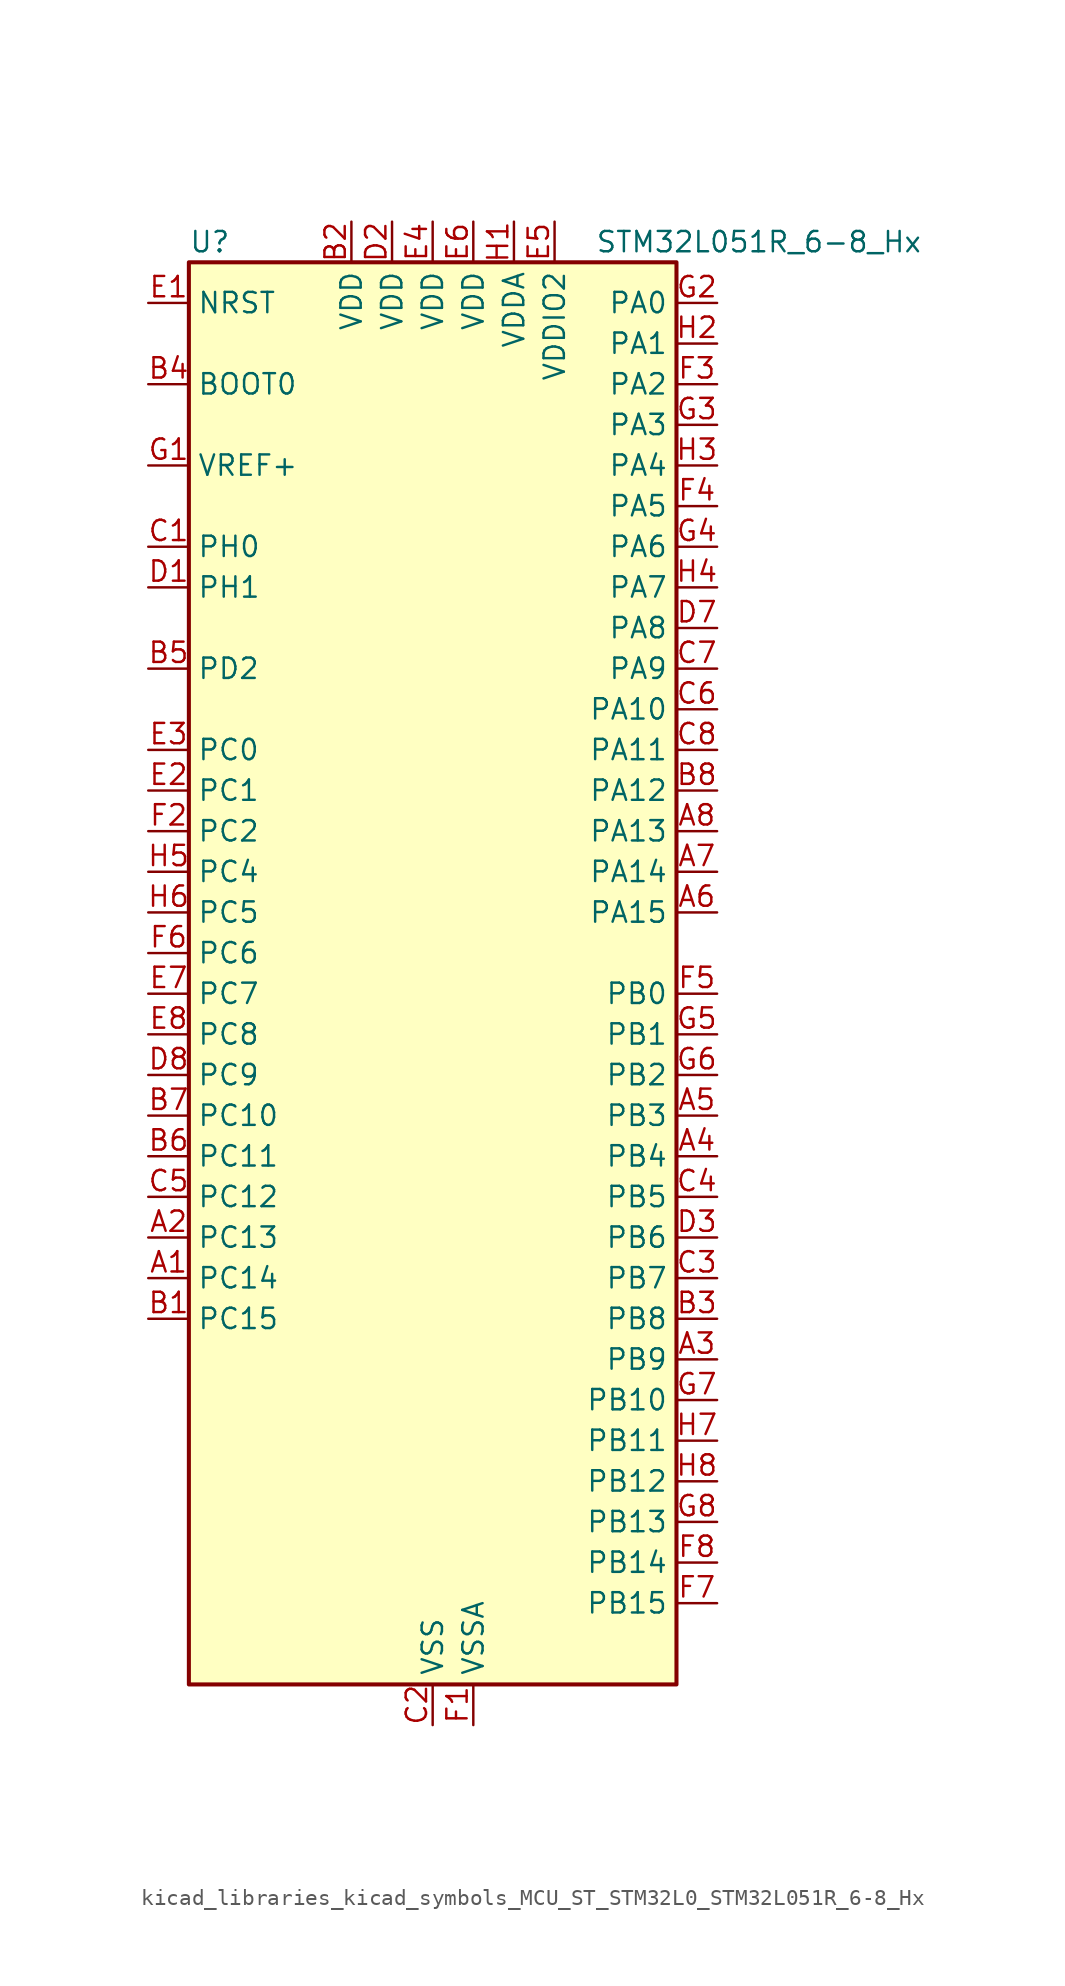
<source format=kicad_sym>
(kicad_symbol_lib
  (version 20220914)
  (generator kicad_symbol_editor)
  (symbol "kicad_libraries_kicad_symbols_MCU_ST_STM32L0_STM32L051R_6-8_Hx"
    (property "Reference" "U"
      (at -15.24 46.99 0)
      (effects (font (size 1.27 1.27)) (justify left)))
    (property "Value" "STM32L051R_6-8_Hx"
      (at 10.16 46.99 0)
      (effects (font (size 1.27 1.27)) (justify left)))
    (property "ki_locked" ""
      (at 0 0 0)
      (effects (font (size 1.27 1.27))))
    (symbol "kicad_libraries_kicad_symbols_MCU_ST_STM32L0_STM32L051R_6-8_Hx_0_1"
      (rectangle (start -15.24 -43.18) (end 15.24 45.72) (stroke (width 0.254) (type default)) (fill (type background))))
    (symbol "kicad_libraries_kicad_symbols_MCU_ST_STM32L0_STM32L051R_6-8_Hx_1_1"
      (pin bidirectional line (at -17.78 -17.78 0) (length 2.54) (name "PC14" (effects (font (size 1.27 1.27)))) (number "A1" (effects (font (size 1.27 1.27)))) (alternate "RCC_OSC32_IN" bidirectional line))
      (pin bidirectional line (at -17.78 -15.24 0) (length 2.54) (name "PC13" (effects (font (size 1.27 1.27)))) (number "A2" (effects (font (size 1.27 1.27)))) (alternate "RTC_OUT_ALARM" bidirectional line) (alternate "RTC_OUT_CALIB" bidirectional line) (alternate "RTC_TAMP1" bidirectional line) (alternate "RTC_TS" bidirectional line) (alternate "SYS_WKUP2" bidirectional line))
      (pin bidirectional line (at 17.78 -22.86 180) (length 2.54) (name "PB9" (effects (font (size 1.27 1.27)))) (number "A3" (effects (font (size 1.27 1.27)))) (alternate "I2C1_SDA" bidirectional line) (alternate "I2S2_WS" bidirectional line) (alternate "SPI2_NSS" bidirectional line))
      (pin bidirectional line (at 17.78 -10.16 180) (length 2.54) (name "PB4" (effects (font (size 1.27 1.27)))) (number "A4" (effects (font (size 1.27 1.27)))) (alternate "COMP2_INP" bidirectional line) (alternate "SPI1_MISO" bidirectional line) (alternate "TIM22_CH1" bidirectional line))
      (pin bidirectional line (at 17.78 -7.62 180) (length 2.54) (name "PB3" (effects (font (size 1.27 1.27)))) (number "A5" (effects (font (size 1.27 1.27)))) (alternate "COMP2_INM" bidirectional line) (alternate "SPI1_SCK" bidirectional line) (alternate "TIM2_CH2" bidirectional line))
      (pin bidirectional line (at 17.78 5.08 180) (length 2.54) (name "PA15" (effects (font (size 1.27 1.27)))) (number "A6" (effects (font (size 1.27 1.27)))) (alternate "SPI1_NSS" bidirectional line) (alternate "TIM2_CH1" bidirectional line) (alternate "TIM2_ETR" bidirectional line) (alternate "USART2_RX" bidirectional line))
      (pin bidirectional line (at 17.78 7.62 180) (length 2.54) (name "PA14" (effects (font (size 1.27 1.27)))) (number "A7" (effects (font (size 1.27 1.27)))) (alternate "SYS_SWCLK" bidirectional line) (alternate "USART2_TX" bidirectional line))
      (pin bidirectional line (at 17.78 10.16 180) (length 2.54) (name "PA13" (effects (font (size 1.27 1.27)))) (number "A8" (effects (font (size 1.27 1.27)))) (alternate "SYS_SWDIO" bidirectional line))
      (pin bidirectional line (at -17.78 -20.32 0) (length 2.54) (name "PC15" (effects (font (size 1.27 1.27)))) (number "B1" (effects (font (size 1.27 1.27)))) (alternate "RCC_OSC32_OUT" bidirectional line))
      (pin power_in line (at -5.08 48.26 270) (length 2.54) (name "VDD" (effects (font (size 1.27 1.27)))) (number "B2" (effects (font (size 1.27 1.27)))))
      (pin bidirectional line (at 17.78 -20.32 180) (length 2.54) (name "PB8" (effects (font (size 1.27 1.27)))) (number "B3" (effects (font (size 1.27 1.27)))) (alternate "I2C1_SCL" bidirectional line))
      (pin input line (at -17.78 38.1 0) (length 2.54) (name "BOOT0" (effects (font (size 1.27 1.27)))) (number "B4" (effects (font (size 1.27 1.27)))))
      (pin bidirectional line (at -17.78 20.32 0) (length 2.54) (name "PD2" (effects (font (size 1.27 1.27)))) (number "B5" (effects (font (size 1.27 1.27)))) (alternate "LPUART1_DE" bidirectional line) (alternate "LPUART1_RTS" bidirectional line))
      (pin bidirectional line (at -17.78 -10.16 0) (length 2.54) (name "PC11" (effects (font (size 1.27 1.27)))) (number "B6" (effects (font (size 1.27 1.27)))) (alternate "ADC_EXTI11" bidirectional line) (alternate "LPUART1_RX" bidirectional line))
      (pin bidirectional line (at -17.78 -7.62 0) (length 2.54) (name "PC10" (effects (font (size 1.27 1.27)))) (number "B7" (effects (font (size 1.27 1.27)))) (alternate "LPUART1_TX" bidirectional line))
      (pin bidirectional line (at 17.78 12.7 180) (length 2.54) (name "PA12" (effects (font (size 1.27 1.27)))) (number "B8" (effects (font (size 1.27 1.27)))) (alternate "COMP2_OUT" bidirectional line) (alternate "SPI1_MOSI" bidirectional line) (alternate "USART1_DE" bidirectional line) (alternate "USART1_RTS" bidirectional line))
      (pin bidirectional line (at -17.78 27.94 0) (length 2.54) (name "PH0" (effects (font (size 1.27 1.27)))) (number "C1" (effects (font (size 1.27 1.27)))) (alternate "RCC_OSC_IN" bidirectional line))
      (pin power_in line (at 0 -45.72 90) (length 2.54) (name "VSS" (effects (font (size 1.27 1.27)))) (number "C2" (effects (font (size 1.27 1.27)))))
      (pin bidirectional line (at 17.78 -17.78 180) (length 2.54) (name "PB7" (effects (font (size 1.27 1.27)))) (number "C3" (effects (font (size 1.27 1.27)))) (alternate "COMP2_INP" bidirectional line) (alternate "I2C1_SDA" bidirectional line) (alternate "LPTIM1_IN2" bidirectional line) (alternate "SYS_PVD_IN" bidirectional line) (alternate "USART1_RX" bidirectional line))
      (pin bidirectional line (at 17.78 -12.7 180) (length 2.54) (name "PB5" (effects (font (size 1.27 1.27)))) (number "C4" (effects (font (size 1.27 1.27)))) (alternate "COMP2_INP" bidirectional line) (alternate "I2C1_SMBA" bidirectional line) (alternate "LPTIM1_IN1" bidirectional line) (alternate "SPI1_MOSI" bidirectional line) (alternate "TIM22_CH2" bidirectional line))
      (pin bidirectional line (at -17.78 -12.7 0) (length 2.54) (name "PC12" (effects (font (size 1.27 1.27)))) (number "C5" (effects (font (size 1.27 1.27)))))
      (pin bidirectional line (at 17.78 17.78 180) (length 2.54) (name "PA10" (effects (font (size 1.27 1.27)))) (number "C6" (effects (font (size 1.27 1.27)))) (alternate "USART1_RX" bidirectional line))
      (pin bidirectional line (at 17.78 20.32 180) (length 2.54) (name "PA9" (effects (font (size 1.27 1.27)))) (number "C7" (effects (font (size 1.27 1.27)))) (alternate "RCC_MCO" bidirectional line) (alternate "USART1_TX" bidirectional line))
      (pin bidirectional line (at 17.78 15.24 180) (length 2.54) (name "PA11" (effects (font (size 1.27 1.27)))) (number "C8" (effects (font (size 1.27 1.27)))) (alternate "ADC_EXTI11" bidirectional line) (alternate "COMP1_OUT" bidirectional line) (alternate "SPI1_MISO" bidirectional line) (alternate "USART1_CTS" bidirectional line))
      (pin bidirectional line (at -17.78 25.4 0) (length 2.54) (name "PH1" (effects (font (size 1.27 1.27)))) (number "D1" (effects (font (size 1.27 1.27)))) (alternate "RCC_OSC_OUT" bidirectional line))
      (pin power_in line (at -2.54 48.26 270) (length 2.54) (name "VDD" (effects (font (size 1.27 1.27)))) (number "D2" (effects (font (size 1.27 1.27)))))
      (pin bidirectional line (at 17.78 -15.24 180) (length 2.54) (name "PB6" (effects (font (size 1.27 1.27)))) (number "D3" (effects (font (size 1.27 1.27)))) (alternate "COMP2_INP" bidirectional line) (alternate "I2C1_SCL" bidirectional line) (alternate "LPTIM1_ETR" bidirectional line) (alternate "USART1_TX" bidirectional line))
      (pin passive line (at 0 -45.72 90) (length 2.54) hide (name "VSS" (effects (font (size 1.27 1.27)))) (number "D4" (effects (font (size 1.27 1.27)))))
      (pin passive line (at 0 -45.72 90) (length 2.54) hide (name "VSS" (effects (font (size 1.27 1.27)))) (number "D5" (effects (font (size 1.27 1.27)))))
      (pin passive line (at 0 -45.72 90) (length 2.54) hide (name "VSS" (effects (font (size 1.27 1.27)))) (number "D6" (effects (font (size 1.27 1.27)))))
      (pin bidirectional line (at 17.78 22.86 180) (length 2.54) (name "PA8" (effects (font (size 1.27 1.27)))) (number "D7" (effects (font (size 1.27 1.27)))) (alternate "RCC_MCO" bidirectional line) (alternate "USART1_CK" bidirectional line))
      (pin bidirectional line (at -17.78 -5.08 0) (length 2.54) (name "PC9" (effects (font (size 1.27 1.27)))) (number "D8" (effects (font (size 1.27 1.27)))) (alternate "TIM21_ETR" bidirectional line))
      (pin input line (at -17.78 43.18 0) (length 2.54) (name "NRST" (effects (font (size 1.27 1.27)))) (number "E1" (effects (font (size 1.27 1.27)))))
      (pin bidirectional line (at -17.78 12.7 0) (length 2.54) (name "PC1" (effects (font (size 1.27 1.27)))) (number "E2" (effects (font (size 1.27 1.27)))) (alternate "ADC_IN11" bidirectional line) (alternate "LPTIM1_OUT" bidirectional line))
      (pin bidirectional line (at -17.78 15.24 0) (length 2.54) (name "PC0" (effects (font (size 1.27 1.27)))) (number "E3" (effects (font (size 1.27 1.27)))) (alternate "ADC_IN10" bidirectional line) (alternate "LPTIM1_IN1" bidirectional line))
      (pin power_in line (at 0 48.26 270) (length 2.54) (name "VDD" (effects (font (size 1.27 1.27)))) (number "E4" (effects (font (size 1.27 1.27)))))
      (pin power_in line (at 7.62 48.26 270) (length 2.54) (name "VDDIO2" (effects (font (size 1.27 1.27)))) (number "E5" (effects (font (size 1.27 1.27)))))
      (pin power_in line (at 2.54 48.26 270) (length 2.54) (name "VDD" (effects (font (size 1.27 1.27)))) (number "E6" (effects (font (size 1.27 1.27)))))
      (pin bidirectional line (at -17.78 0 0) (length 2.54) (name "PC7" (effects (font (size 1.27 1.27)))) (number "E7" (effects (font (size 1.27 1.27)))) (alternate "TIM22_CH2" bidirectional line))
      (pin bidirectional line (at -17.78 -2.54 0) (length 2.54) (name "PC8" (effects (font (size 1.27 1.27)))) (number "E8" (effects (font (size 1.27 1.27)))) (alternate "TIM22_ETR" bidirectional line))
      (pin power_in line (at 2.54 -45.72 90) (length 2.54) (name "VSSA" (effects (font (size 1.27 1.27)))) (number "F1" (effects (font (size 1.27 1.27)))))
      (pin bidirectional line (at -17.78 10.16 0) (length 2.54) (name "PC2" (effects (font (size 1.27 1.27)))) (number "F2" (effects (font (size 1.27 1.27)))) (alternate "ADC_IN12" bidirectional line) (alternate "I2S2_MCK" bidirectional line) (alternate "LPTIM1_IN2" bidirectional line) (alternate "SPI2_MISO" bidirectional line))
      (pin bidirectional line (at 17.78 38.1 180) (length 2.54) (name "PA2" (effects (font (size 1.27 1.27)))) (number "F3" (effects (font (size 1.27 1.27)))) (alternate "ADC_IN2" bidirectional line) (alternate "COMP2_INM" bidirectional line) (alternate "COMP2_OUT" bidirectional line) (alternate "TIM21_CH1" bidirectional line) (alternate "TIM2_CH3" bidirectional line) (alternate "USART2_TX" bidirectional line))
      (pin bidirectional line (at 17.78 30.48 180) (length 2.54) (name "PA5" (effects (font (size 1.27 1.27)))) (number "F4" (effects (font (size 1.27 1.27)))) (alternate "ADC_IN5" bidirectional line) (alternate "COMP1_INM" bidirectional line) (alternate "COMP2_INM" bidirectional line) (alternate "SPI1_SCK" bidirectional line) (alternate "TIM2_CH1" bidirectional line) (alternate "TIM2_ETR" bidirectional line))
      (pin bidirectional line (at 17.78 0 180) (length 2.54) (name "PB0" (effects (font (size 1.27 1.27)))) (number "F5" (effects (font (size 1.27 1.27)))) (alternate "ADC_IN8" bidirectional line) (alternate "SYS_VREF_OUT_PB0" bidirectional line))
      (pin bidirectional line (at -17.78 2.54 0) (length 2.54) (name "PC6" (effects (font (size 1.27 1.27)))) (number "F6" (effects (font (size 1.27 1.27)))) (alternate "TIM22_CH1" bidirectional line))
      (pin bidirectional line (at 17.78 -38.1 180) (length 2.54) (name "PB15" (effects (font (size 1.27 1.27)))) (number "F7" (effects (font (size 1.27 1.27)))) (alternate "I2S2_SD" bidirectional line) (alternate "RTC_REFIN" bidirectional line) (alternate "SPI2_MOSI" bidirectional line))
      (pin bidirectional line (at 17.78 -35.56 180) (length 2.54) (name "PB14" (effects (font (size 1.27 1.27)))) (number "F8" (effects (font (size 1.27 1.27)))) (alternate "I2C2_SDA" bidirectional line) (alternate "I2S2_MCK" bidirectional line) (alternate "LPUART1_DE" bidirectional line) (alternate "LPUART1_RTS" bidirectional line) (alternate "RTC_OUT_ALARM" bidirectional line) (alternate "RTC_OUT_CALIB" bidirectional line) (alternate "SPI2_MISO" bidirectional line) (alternate "TIM21_CH2" bidirectional line))
      (pin input line (at -17.78 33.02 0) (length 2.54) (name "VREF+" (effects (font (size 1.27 1.27)))) (number "G1" (effects (font (size 1.27 1.27)))))
      (pin bidirectional line (at 17.78 43.18 180) (length 2.54) (name "PA0" (effects (font (size 1.27 1.27)))) (number "G2" (effects (font (size 1.27 1.27)))) (alternate "ADC_IN0" bidirectional line) (alternate "COMP1_INM" bidirectional line) (alternate "COMP1_OUT" bidirectional line) (alternate "RTC_TAMP2" bidirectional line) (alternate "SYS_WKUP1" bidirectional line) (alternate "TIM2_CH1" bidirectional line) (alternate "TIM2_ETR" bidirectional line) (alternate "USART2_CTS" bidirectional line))
      (pin bidirectional line (at 17.78 35.56 180) (length 2.54) (name "PA3" (effects (font (size 1.27 1.27)))) (number "G3" (effects (font (size 1.27 1.27)))) (alternate "ADC_IN3" bidirectional line) (alternate "COMP2_INP" bidirectional line) (alternate "TIM21_CH2" bidirectional line) (alternate "TIM2_CH4" bidirectional line) (alternate "USART2_RX" bidirectional line))
      (pin bidirectional line (at 17.78 27.94 180) (length 2.54) (name "PA6" (effects (font (size 1.27 1.27)))) (number "G4" (effects (font (size 1.27 1.27)))) (alternate "ADC_IN6" bidirectional line) (alternate "COMP1_OUT" bidirectional line) (alternate "LPUART1_CTS" bidirectional line) (alternate "SPI1_MISO" bidirectional line) (alternate "TIM22_CH1" bidirectional line))
      (pin bidirectional line (at 17.78 -2.54 180) (length 2.54) (name "PB1" (effects (font (size 1.27 1.27)))) (number "G5" (effects (font (size 1.27 1.27)))) (alternate "ADC_IN9" bidirectional line) (alternate "LPUART1_DE" bidirectional line) (alternate "LPUART1_RTS" bidirectional line) (alternate "SYS_VREF_OUT_PB1" bidirectional line))
      (pin bidirectional line (at 17.78 -5.08 180) (length 2.54) (name "PB2" (effects (font (size 1.27 1.27)))) (number "G6" (effects (font (size 1.27 1.27)))) (alternate "LPTIM1_OUT" bidirectional line))
      (pin bidirectional line (at 17.78 -25.4 180) (length 2.54) (name "PB10" (effects (font (size 1.27 1.27)))) (number "G7" (effects (font (size 1.27 1.27)))) (alternate "I2C2_SCL" bidirectional line) (alternate "LPUART1_TX" bidirectional line) (alternate "SPI2_SCK" bidirectional line) (alternate "TIM2_CH3" bidirectional line))
      (pin bidirectional line (at 17.78 -33.02 180) (length 2.54) (name "PB13" (effects (font (size 1.27 1.27)))) (number "G8" (effects (font (size 1.27 1.27)))) (alternate "I2C2_SCL" bidirectional line) (alternate "I2S2_CK" bidirectional line) (alternate "LPUART1_CTS" bidirectional line) (alternate "SPI2_SCK" bidirectional line) (alternate "TIM21_CH1" bidirectional line))
      (pin power_in line (at 5.08 48.26 270) (length 2.54) (name "VDDA" (effects (font (size 1.27 1.27)))) (number "H1" (effects (font (size 1.27 1.27)))))
      (pin bidirectional line (at 17.78 40.64 180) (length 2.54) (name "PA1" (effects (font (size 1.27 1.27)))) (number "H2" (effects (font (size 1.27 1.27)))) (alternate "ADC_IN1" bidirectional line) (alternate "COMP1_INP" bidirectional line) (alternate "TIM21_ETR" bidirectional line) (alternate "TIM2_CH2" bidirectional line) (alternate "USART2_DE" bidirectional line) (alternate "USART2_RTS" bidirectional line))
      (pin bidirectional line (at 17.78 33.02 180) (length 2.54) (name "PA4" (effects (font (size 1.27 1.27)))) (number "H3" (effects (font (size 1.27 1.27)))) (alternate "ADC_IN4" bidirectional line) (alternate "COMP1_INM" bidirectional line) (alternate "COMP2_INM" bidirectional line) (alternate "SPI1_NSS" bidirectional line) (alternate "TIM22_ETR" bidirectional line) (alternate "USART2_CK" bidirectional line))
      (pin bidirectional line (at 17.78 25.4 180) (length 2.54) (name "PA7" (effects (font (size 1.27 1.27)))) (number "H4" (effects (font (size 1.27 1.27)))) (alternate "ADC_IN7" bidirectional line) (alternate "COMP2_OUT" bidirectional line) (alternate "SPI1_MOSI" bidirectional line) (alternate "TIM22_CH2" bidirectional line))
      (pin bidirectional line (at -17.78 7.62 0) (length 2.54) (name "PC4" (effects (font (size 1.27 1.27)))) (number "H5" (effects (font (size 1.27 1.27)))) (alternate "ADC_IN14" bidirectional line) (alternate "LPUART1_TX" bidirectional line))
      (pin bidirectional line (at -17.78 5.08 0) (length 2.54) (name "PC5" (effects (font (size 1.27 1.27)))) (number "H6" (effects (font (size 1.27 1.27)))) (alternate "ADC_IN15" bidirectional line) (alternate "LPUART1_RX" bidirectional line))
      (pin bidirectional line (at 17.78 -27.94 180) (length 2.54) (name "PB11" (effects (font (size 1.27 1.27)))) (number "H7" (effects (font (size 1.27 1.27)))) (alternate "ADC_EXTI11" bidirectional line) (alternate "I2C2_SDA" bidirectional line) (alternate "LPUART1_RX" bidirectional line) (alternate "TIM2_CH4" bidirectional line))
      (pin bidirectional line (at 17.78 -30.48 180) (length 2.54) (name "PB12" (effects (font (size 1.27 1.27)))) (number "H8" (effects (font (size 1.27 1.27)))) (alternate "I2S2_WS" bidirectional line) (alternate "LPUART1_DE" bidirectional line) (alternate "LPUART1_RTS" bidirectional line) (alternate "SPI2_NSS" bidirectional line)))))
</source>
